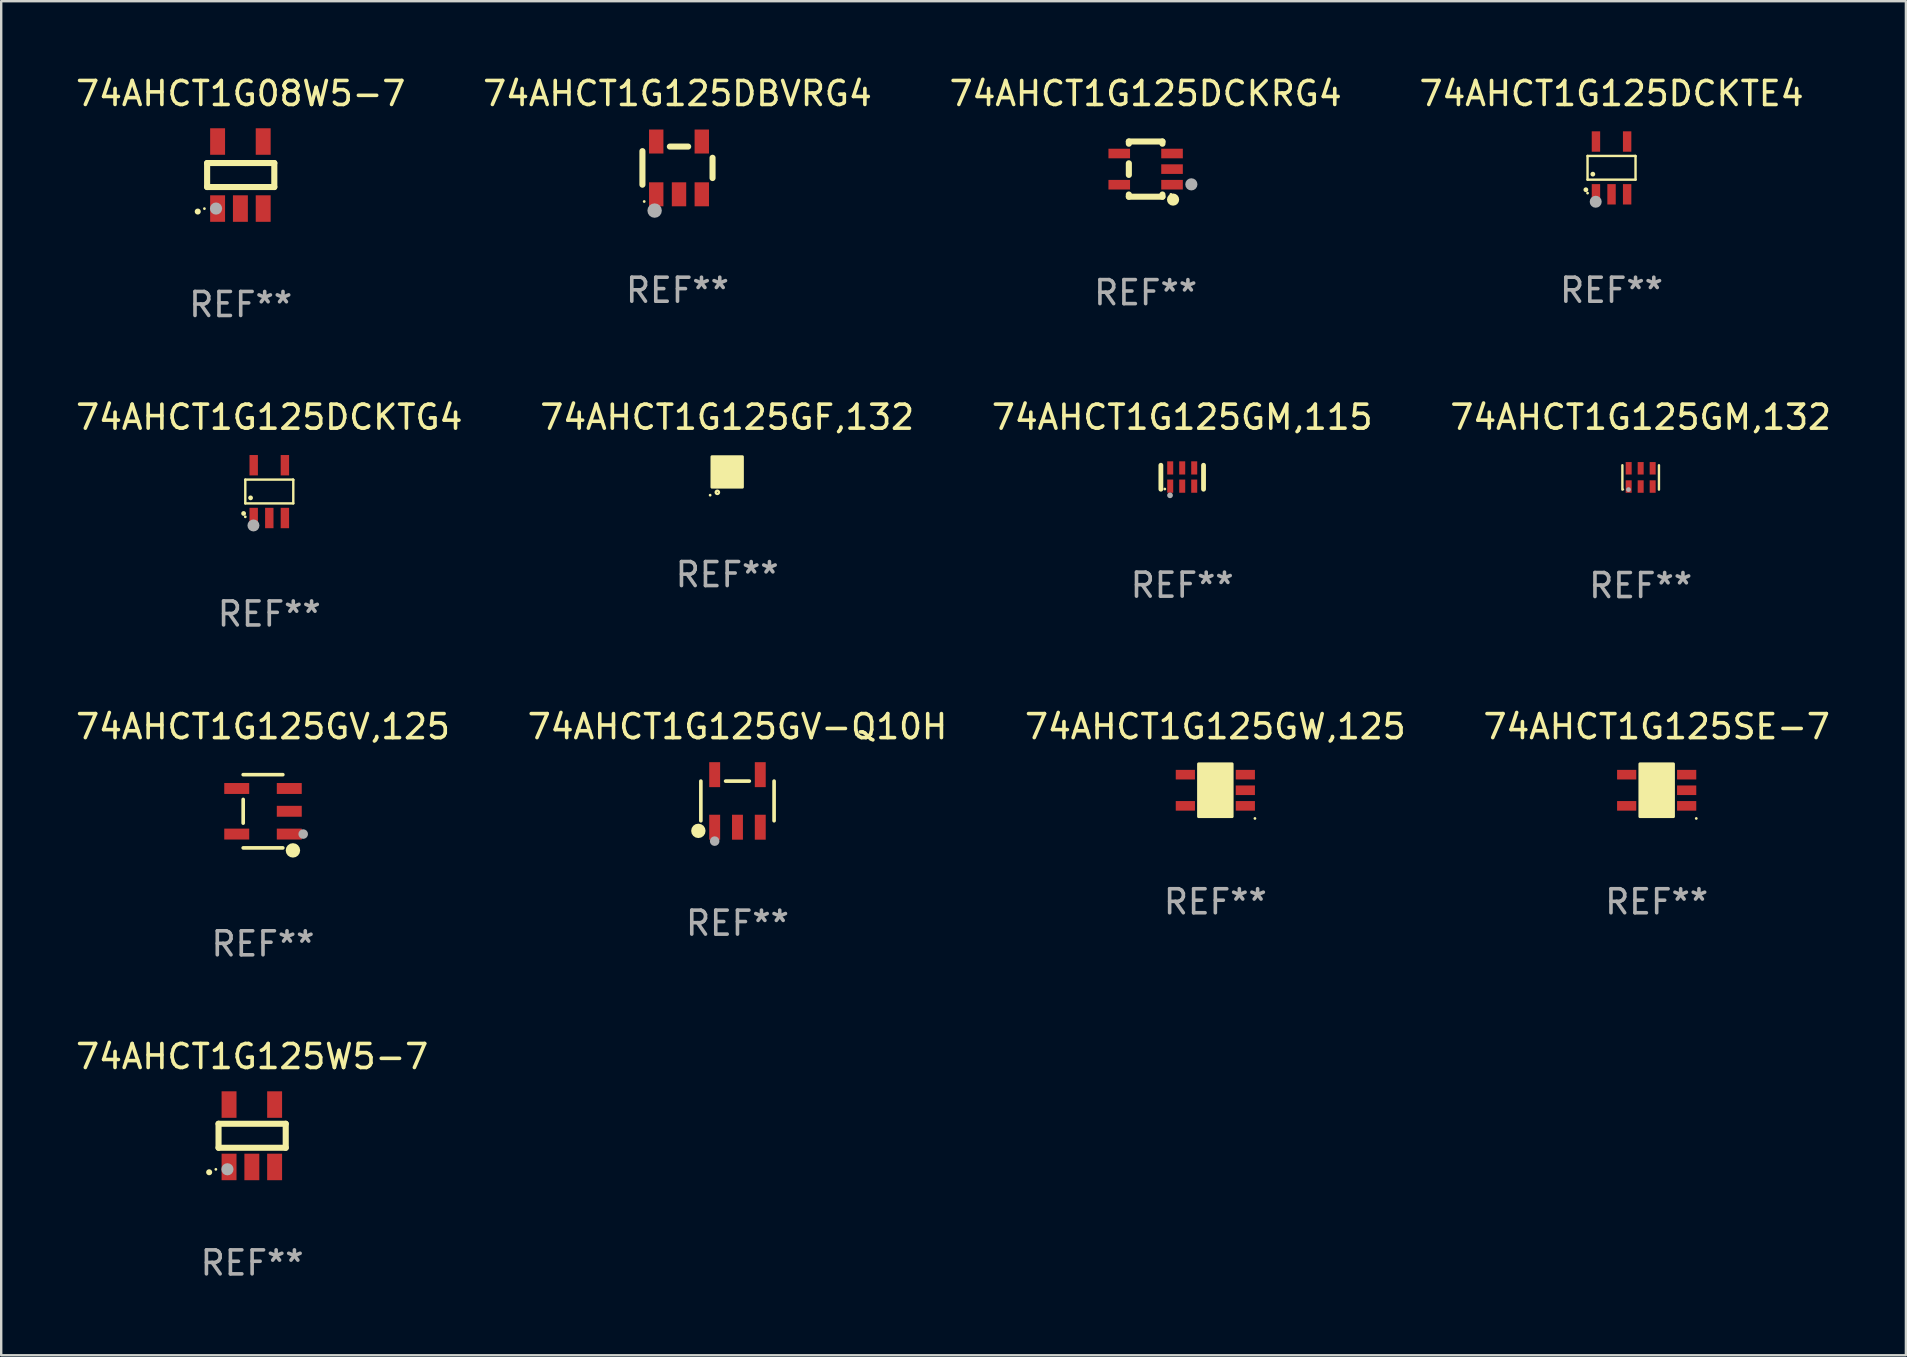
<source format=kicad_pcb>
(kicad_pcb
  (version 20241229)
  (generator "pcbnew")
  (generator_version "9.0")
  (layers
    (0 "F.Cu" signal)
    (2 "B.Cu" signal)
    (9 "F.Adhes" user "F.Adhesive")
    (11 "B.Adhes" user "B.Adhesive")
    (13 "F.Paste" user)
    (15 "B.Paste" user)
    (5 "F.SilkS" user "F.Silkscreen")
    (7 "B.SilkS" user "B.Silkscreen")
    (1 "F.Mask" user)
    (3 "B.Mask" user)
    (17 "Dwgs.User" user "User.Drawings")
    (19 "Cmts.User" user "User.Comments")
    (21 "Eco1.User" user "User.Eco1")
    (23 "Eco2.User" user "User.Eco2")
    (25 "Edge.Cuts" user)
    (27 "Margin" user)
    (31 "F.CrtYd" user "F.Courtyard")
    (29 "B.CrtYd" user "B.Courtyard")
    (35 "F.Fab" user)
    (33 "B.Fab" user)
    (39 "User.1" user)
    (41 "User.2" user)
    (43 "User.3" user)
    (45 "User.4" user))
  (footprint "74AHCT1G125W5-7"
    (layer "F.Cu")
    (at 7.458 44.284)
    (property "Reference" "74AHCT1G125W5-7" (at 0 -3.3 0) (layer "F.SilkS") (effects (font (size 1 1) (thickness 0.15))))
    (attr through_hole)
    (fp_line (start -1.4 -0.5) (end 1.4 -0.5) (stroke (width 0.254) (type solid)) (layer "F.SilkS"))
    (fp_line (start -1.4 0.5) (end -1.4 -0.5) (stroke (width 0.254) (type solid)) (layer "F.SilkS"))
    (fp_line (start 1.4 -0.5) (end 1.4 0.5) (stroke (width 0.254) (type solid)) (layer "F.SilkS"))
    (fp_line (start 1.4 0.5) (end -1.4 0.5) (stroke (width 0.254) (type solid)) (layer "F.SilkS"))
    (fp_arc (start -1.791948 1.521463) (mid -1.790678 1.521457) (end -1.789408 1.521463) (stroke (width 0.24892) (type solid)) (layer "F.SilkS"))
    (fp_circle (center -1.512 1.4) (end -1.482 1.4) (stroke (width 0.06) (type solid)) (fill no) (layer "F.SilkS"))
    (fp_circle (center -1.029 1.397) (end -0.902 1.397) (stroke (width 0.254) (type solid)) (fill no) (layer "F.Fab"))
    (fp_text user "REF**" (at 0 5.3 0) (layer "F.Fab") (effects (font (size 1 1) (thickness 0.15))))
    (pad "1" smd rect (at -0.962 1.3) (size 0.622 1.105) (layers "F.Cu" "F.Mask" "F.Paste"))
    (pad "2" smd rect (at -0.012 1.3) (size 0.622 1.105) (layers "F.Cu" "F.Mask" "F.Paste"))
    (pad "3" smd rect (at 0.937 1.3) (size 0.622 1.105) (layers "F.Cu" "F.Mask" "F.Paste"))
    (pad "4" smd rect (at 0.937 -1.3) (size 0.622 1.105) (layers "F.Cu" "F.Mask" "F.Paste"))
    (pad "5" smd rect (at -0.962 -1.3) (size 0.622 1.105) (layers "F.Cu" "F.Mask" "F.Paste")))
  (footprint "74AHCT1G125GF,132"
    (layer "F.Cu")
    (at 27.256 16.619)
    (property "Reference" "74AHCT1G125GF,132" (at 0 -2.28 0) (layer "F.SilkS") (effects (font (size 1 1) (thickness 0.15))))
    (attr through_hole)
    (fp_circle (center -0.71 0.968) (end -0.68 0.968) (stroke (width 0.06) (type solid)) (fill no) (layer "F.SilkS"))
    (fp_circle (center -0.41 0.85) (end -0.342 0.85) (stroke (width 0.1) (type solid)) (fill no) (layer "F.SilkS"))
    (fp_poly (pts (xy -0.635 -0.635) (xy 0.635 -0.635) (xy 0.635 0.635) (xy -0.635 0.635)) (stroke (width 0.12) (type solid)) (fill yes) (layer "F.SilkS"))
    (fp_text user "REF**" (at 0 4.28 0) (layer "F.Fab") (effects (font (size 1 1) (thickness 0.15))))
    (pad "1" smd rect (at -0.35 0.28 90) (size 0.4 0.2) (layers "F.Cu" "F.Mask" "F.Paste"))
    (pad "2" smd rect (at 0 0.28 90) (size 0.4 0.2) (layers "F.Cu" "F.Mask" "F.Paste"))
    (pad "3" smd rect (at 0.35 0.28 90) (size 0.4 0.2) (layers "F.Cu" "F.Mask" "F.Paste"))
    (pad "4" smd rect (at 0.35 -0.28 90) (size 0.4 0.2) (layers "F.Cu" "F.Mask" "F.Paste"))
    (pad "5" smd rect (at 0 -0.28 90) (size 0.4 0.2) (layers "F.Cu" "F.Mask" "F.Paste"))
    (pad "6" smd rect (at -0.35 -0.28 90) (size 0.4 0.2) (layers "F.Cu" "F.Mask" "F.Paste")))
  (footprint "74AHCT1G125DCKTG4"
    (layer "F.Cu")
    (at 8.173 17.439)
    (property "Reference" "74AHCT1G125DCKTG4" (at 0 -3.1 0) (layer "F.SilkS") (effects (font (size 1 1) (thickness 0.15))))
    (attr through_hole)
    (fp_line (start -1 -0.5) (end -1 0.49) (stroke (width 0.1) (type solid)) (layer "F.SilkS"))
    (fp_line (start -1 0.49) (end 1 0.49) (stroke (width 0.1) (type solid)) (layer "F.SilkS"))
    (fp_line (start 0.99 -0.5) (end -1 -0.5) (stroke (width 0.1) (type solid)) (layer "F.SilkS"))
    (fp_line (start 1 -0.49) (end 0.99 -0.5) (stroke (width 0.1) (type solid)) (layer "F.SilkS"))
    (fp_line (start 1 0.49) (end 1 -0.49) (stroke (width 0.1) (type solid)) (layer "F.SilkS"))
    (fp_circle (center -1.07 0.91) (end -1.02 0.91) (stroke (width 0.1) (type solid)) (fill no) (layer "F.SilkS"))
    (fp_circle (center -1 1.05) (end -0.97 1.05) (stroke (width 0.06) (type solid)) (fill no) (layer "F.SilkS"))
    (fp_circle (center -0.78 0.26) (end -0.73 0.26) (stroke (width 0.1) (type solid)) (fill no) (layer "F.SilkS"))
    (fp_circle (center -0.66 1.41) (end -0.535 1.41) (stroke (width 0.25) (type solid)) (fill no) (layer "F.Fab"))
    (fp_text user "REF**" (at 0 5.1 0) (layer "F.Fab") (effects (font (size 1 1) (thickness 0.15))))
    (pad "1" smd rect (at -0.65 1.1) (size 0.35 0.85) (layers "F.Cu" "F.Mask" "F.Paste"))
    (pad "2" smd rect (at 0.000051 1.1) (size 0.35 0.85) (layers "F.Cu" "F.Mask" "F.Paste"))
    (pad "3" smd rect (at 0.65 1.1) (size 0.35 0.85) (layers "F.Cu" "F.Mask" "F.Paste"))
    (pad "4" smd rect (at 0.65 -1.1) (size 0.35 0.85) (layers "F.Cu" "F.Mask" "F.Paste"))
    (pad "5" smd rect (at -0.65 -1.1) (size 0.35 0.85) (layers "F.Cu" "F.Mask" "F.Paste")))
  (footprint "74AHCT1G08W5-7"
    (layer "F.Cu")
    (at 6.982 4.245)
    (property "Reference" "74AHCT1G08W5-7" (at 0 -3.397 0) (layer "F.SilkS") (effects (font (size 1 1) (thickness 0.15))))
    (attr through_hole)
    (fp_line (start -1.4 -0.5) (end 1.4 -0.5) (stroke (width 0.254) (type solid)) (layer "F.SilkS"))
    (fp_line (start -1.4 0.5) (end -1.4 -0.5) (stroke (width 0.254) (type solid)) (layer "F.SilkS"))
    (fp_line (start 1.4 -0.5) (end 1.4 0.5) (stroke (width 0.254) (type solid)) (layer "F.SilkS"))
    (fp_line (start 1.4 0.5) (end -1.4 0.5) (stroke (width 0.254) (type solid)) (layer "F.SilkS"))
    (fp_arc (start -1.791948 1.521463) (mid -1.790678 1.521457) (end -1.789408 1.521463) (stroke (width 0.24892) (type solid)) (layer "F.SilkS"))
    (fp_circle (center -1.513 1.4) (end -1.483 1.4) (stroke (width 0.06) (type solid)) (fill no) (layer "F.SilkS"))
    (fp_circle (center -1.029 1.397) (end -0.902 1.397) (stroke (width 0.254) (type solid)) (fill no) (layer "F.Fab"))
    (fp_text user "REF**" (at 0 5.397 0) (layer "F.Fab") (effects (font (size 1 1) (thickness 0.15))))
    (pad "1" smd rect (at -0.963 1.397) (size 0.622 1.105) (layers "F.Cu" "F.Mask" "F.Paste"))
    (pad "2" smd rect (at -0.013 1.397) (size 0.622 1.105) (layers "F.Cu" "F.Mask" "F.Paste"))
    (pad "3" smd rect (at 0.937 1.397) (size 0.622 1.105) (layers "F.Cu" "F.Mask" "F.Paste"))
    (pad "4" smd rect (at 0.937 -1.397) (size 0.622 1.105) (layers "F.Cu" "F.Mask" "F.Paste"))
    (pad "5" smd rect (at -0.963 -1.397) (size 0.622 1.105) (layers "F.Cu" "F.Mask" "F.Paste")))
  (footprint "74AHCT1G125GM,132"
    (layer "F.Cu")
    (at 65.327 16.847)
    (property "Reference" "74AHCT1G125GM,132" (at 0 -2.508 0) (layer "F.SilkS") (effects (font (size 1 1) (thickness 0.15))))
    (attr through_hole)
    (fp_line (start -0.762 -0.508) (end -0.762 0.508) (stroke (width 0.1) (type solid)) (layer "F.SilkS"))
    (fp_line (start 0.762 -0.508) (end 0.762 0.508) (stroke (width 0.1) (type solid)) (layer "F.SilkS"))
    (fp_circle (center -0.725 0.5) (end -0.705 0.5) (stroke (width 0.04) (type solid)) (fill no) (layer "F.SilkS"))
    (fp_circle (center -0.508 0.508) (end -0.458 0.508) (stroke (width 0.1) (type solid)) (fill no) (layer "F.Fab"))
    (fp_text user "REF**" (at 0 4.508 0) (layer "F.Fab") (effects (font (size 1 1) (thickness 0.15))))
    (pad "1" smd rect (at -0.5 0.38) (size 0.25 0.52) (layers "F.Cu" "F.Mask" "F.Paste"))
    (pad "2" smd rect (at -0.000127 0.38) (size 0.25 0.52) (layers "F.Cu" "F.Mask" "F.Paste"))
    (pad "3" smd rect (at 0.5 0.38) (size 0.25 0.52) (layers "F.Cu" "F.Mask" "F.Paste"))
    (pad "4" smd rect (at 0.5 -0.38 180) (size 0.25 0.52) (layers "F.Cu" "F.Mask" "F.Paste"))
    (pad "5" smd rect (at -0.000127 -0.38 180) (size 0.25 0.52) (layers "F.Cu" "F.Mask" "F.Paste"))
    (pad "6" smd rect (at -0.5 -0.38 180) (size 0.25 0.52) (layers "F.Cu" "F.Mask" "F.Paste")))
  (footprint "74AHCT1G125DCKTE4"
    (layer "F.Cu")
    (at 64.113 3.948)
    (property "Reference" "74AHCT1G125DCKTE4" (at 0 -3.1 0) (layer "F.SilkS") (effects (font (size 1 1) (thickness 0.15))))
    (attr through_hole)
    (fp_line (start -1 -0.5) (end -1 0.49) (stroke (width 0.1) (type solid)) (layer "F.SilkS"))
    (fp_line (start -1 0.49) (end 1 0.49) (stroke (width 0.1) (type solid)) (layer "F.SilkS"))
    (fp_line (start 0.99 -0.5) (end -1 -0.5) (stroke (width 0.1) (type solid)) (layer "F.SilkS"))
    (fp_line (start 1 -0.49) (end 0.99 -0.5) (stroke (width 0.1) (type solid)) (layer "F.SilkS"))
    (fp_line (start 1 0.49) (end 1 -0.49) (stroke (width 0.1) (type solid)) (layer "F.SilkS"))
    (fp_circle (center -1.07 0.91) (end -1.02 0.91) (stroke (width 0.1) (type solid)) (fill no) (layer "F.SilkS"))
    (fp_circle (center -1 1.05) (end -0.97 1.05) (stroke (width 0.06) (type solid)) (fill no) (layer "F.SilkS"))
    (fp_circle (center -0.78 0.26) (end -0.73 0.26) (stroke (width 0.1) (type solid)) (fill no) (layer "F.SilkS"))
    (fp_circle (center -0.66 1.41) (end -0.535 1.41) (stroke (width 0.25) (type solid)) (fill no) (layer "F.Fab"))
    (fp_text user "REF**" (at 0 5.1 0) (layer "F.Fab") (effects (font (size 1 1) (thickness 0.15))))
    (pad "1" smd rect (at -0.65 1.1) (size 0.35 0.85) (layers "F.Cu" "F.Mask" "F.Paste"))
    (pad "2" smd rect (at 0.000051 1.1) (size 0.35 0.85) (layers "F.Cu" "F.Mask" "F.Paste"))
    (pad "3" smd rect (at 0.65 1.1) (size 0.35 0.85) (layers "F.Cu" "F.Mask" "F.Paste"))
    (pad "4" smd rect (at 0.65 -1.1) (size 0.35 0.85) (layers "F.Cu" "F.Mask" "F.Paste"))
    (pad "5" smd rect (at -0.65 -1.1) (size 0.35 0.85) (layers "F.Cu" "F.Mask" "F.Paste")))
  (footprint "74AHCT1G125GV-Q10H"
    (layer "F.Cu")
    (at 27.685 30.33)
    (property "Reference" "74AHCT1G125GV-Q10H" (at 0 -3.095 0) (layer "F.SilkS") (effects (font (size 1 1) (thickness 0.15))))
    (attr through_hole)
    (fp_line (start -1.526 0.826) (end -1.526 -0.826) (stroke (width 0.152) (type solid)) (layer "F.SilkS"))
    (fp_line (start 0.494 -0.826) (end -0.494 -0.826) (stroke (width 0.152) (type solid)) (layer "F.SilkS"))
    (fp_line (start 1.526 0.826) (end 1.526 -0.826) (stroke (width 0.152) (type solid)) (layer "F.SilkS"))
    (fp_circle (center -1.63 1.247) (end -1.48 1.247) (stroke (width 0.3) (type solid)) (fill no) (layer "F.SilkS"))
    (fp_circle (center -1.45 1.375) (end -1.42 1.375) (stroke (width 0.06) (type solid)) (fill no) (layer "F.SilkS"))
    (fp_circle (center -0.95 1.675) (end -0.85 1.675) (stroke (width 0.2) (type solid)) (fill no) (layer "F.Fab"))
    (fp_text user "REF**" (at 0 5.095 0) (layer "F.Fab") (effects (font (size 1 1) (thickness 0.15))))
    (pad "1" smd rect (at -0.95 1.095) (size 0.455 1.04) (layers "F.Cu" "F.Mask" "F.Paste"))
    (pad "2" smd rect (at 0 1.095) (size 0.455 1.04) (layers "F.Cu" "F.Mask" "F.Paste"))
    (pad "3" smd rect (at 0.95 1.095) (size 0.455 1.04) (layers "F.Cu" "F.Mask" "F.Paste"))
    (pad "4" smd rect (at 0.95 -1.095) (size 0.455 1.04) (layers "F.Cu" "F.Mask" "F.Paste"))
    (pad "5" smd rect (at -0.95 -1.095) (size 0.455 1.04) (layers "F.Cu" "F.Mask" "F.Paste")))
  (footprint "74AHCT1G125SE-7"
    (layer "F.Cu")
    (at 65.994 29.885)
    (property "Reference" "74AHCT1G125SE-7" (at 0 -2.65 0) (layer "F.SilkS") (effects (font (size 1 1) (thickness 0.15))))
    (attr through_hole)
    (fp_arc (start 0.381001 0.637541) (mid 0.380995 0.636271) (end 0.381001 0.635001) (stroke (width 0.24892) (type solid)) (layer "F.SilkS"))
    (fp_circle (center 1.65 1.175) (end 1.68 1.175) (stroke (width 0.06) (type solid)) (fill no) (layer "F.SilkS"))
    (fp_poly (pts (xy -0.7 -1.1) (xy 0.7 -1.1) (xy 0.7 1.1) (xy -0.7 1.1)) (stroke (width 0.12) (type solid)) (fill yes) (layer "F.SilkS"))
    (fp_text user "REF**" (at 0 4.65 0) (layer "F.Fab") (effects (font (size 1 1) (thickness 0.15))))
    (pad "1" smd rect (at 1.25 0.65 270) (size 0.4 0.8) (layers "F.Cu" "F.Mask" "F.Paste"))
    (pad "2" smd rect (at 1.25 0 270) (size 0.4 0.8) (layers "F.Cu" "F.Mask" "F.Paste"))
    (pad "3" smd rect (at 1.25 -0.65 270) (size 0.4 0.8) (layers "F.Cu" "F.Mask" "F.Paste"))
    (pad "4" smd rect (at -1.25 -0.65 270) (size 0.4 0.8) (layers "F.Cu" "F.Mask" "F.Paste"))
    (pad "5" smd rect (at -1.25 0.65 270) (size 0.4 0.8) (layers "F.Cu" "F.Mask" "F.Paste")))
  (footprint "74AHCT1G125GV,125"
    (layer "F.Cu")
    (at 7.911 30.761)
    (property "Reference" "74AHCT1G125GV,125" (at 0 -3.526 0) (layer "F.SilkS") (effects (font (size 1 1) (thickness 0.15))))
    (attr through_hole)
    (fp_line (start -0.826 -0.494) (end -0.826 0.494) (stroke (width 0.152) (type solid)) (layer "F.SilkS"))
    (fp_line (start 0.826 -1.526) (end -0.826 -1.526) (stroke (width 0.152) (type solid)) (layer "F.SilkS"))
    (fp_line (start 0.826 1.526) (end -0.826 1.526) (stroke (width 0.152) (type solid)) (layer "F.SilkS"))
    (fp_circle (center 1.247 1.63) (end 1.398 1.63) (stroke (width 0.3) (type solid)) (fill no) (layer "F.SilkS"))
    (fp_circle (center 1.375 1.45) (end 1.405 1.45) (stroke (width 0.06) (type solid)) (fill no) (layer "F.SilkS"))
    (fp_circle (center 1.675 0.95) (end 1.775 0.95) (stroke (width 0.2) (type solid)) (fill no) (layer "F.Fab"))
    (fp_text user "REF**" (at 0 5.526 0) (layer "F.Fab") (effects (font (size 1 1) (thickness 0.15))))
    (pad "1" smd rect (at 1.095 0.95 270) (size 0.455 1.04) (layers "F.Cu" "F.Mask" "F.Paste"))
    (pad "2" smd rect (at 1.095 0 270) (size 0.455 1.04) (layers "F.Cu" "F.Mask" "F.Paste"))
    (pad "3" smd rect (at 1.095 -0.95 270) (size 0.455 1.04) (layers "F.Cu" "F.Mask" "F.Paste"))
    (pad "4" smd rect (at -1.095 -0.95 270) (size 0.455 1.04) (layers "F.Cu" "F.Mask" "F.Paste"))
    (pad "5" smd rect (at -1.095 0.95 270) (size 0.455 1.04) (layers "F.Cu" "F.Mask" "F.Paste")))
  (footprint "74AHCT1G125DCKRG4"
    (layer "F.Cu")
    (at 44.696 3.998)
    (property "Reference" "74AHCT1G125DCKRG4" (at 0 -3.15 0) (layer "F.SilkS") (effects (font (size 1 1) (thickness 0.15))))
    (attr through_hole)
    (fp_line (start -0.7 -1.15) (end 0.7 -1.15) (stroke (width 0.254) (type solid)) (layer "F.SilkS"))
    (fp_line (start -0.7 -1.058) (end -0.7 -1.15) (stroke (width 0.254) (type solid)) (layer "F.SilkS"))
    (fp_line (start -0.7 0.242) (end -0.7 -0.242) (stroke (width 0.254) (type solid)) (layer "F.SilkS"))
    (fp_line (start -0.7 1.15) (end -0.7 1.058) (stroke (width 0.254) (type solid)) (layer "F.SilkS"))
    (fp_line (start -0.7 1.15) (end 0.7 1.15) (stroke (width 0.254) (type solid)) (layer "F.SilkS"))
    (fp_line (start 0.7 -1.058) (end 0.7 -1.15) (stroke (width 0.254) (type solid)) (layer "F.SilkS"))
    (fp_line (start 0.7 1.15) (end 0.7 1.058) (stroke (width 0.254) (type solid)) (layer "F.SilkS"))
    (fp_circle (center 1.053 1.052) (end 1.083 1.052) (stroke (width 0.06) (type solid)) (fill no) (layer "F.SilkS"))
    (fp_circle (center 1.143 1.27) (end 1.27 1.27) (stroke (width 0.254) (type solid)) (fill no) (layer "F.SilkS"))
    (fp_circle (center 1.905 0.635) (end 2.032 0.635) (stroke (width 0.254) (type solid)) (fill no) (layer "F.Fab"))
    (fp_text user "REF**" (at 0 5.15 0) (layer "F.Fab") (effects (font (size 1 1) (thickness 0.15))))
    (pad "1" smd rect (at 1.1 0.65 90) (size 0.4 0.9) (layers "F.Cu" "F.Mask" "F.Paste"))
    (pad "2" smd rect (at 1.1 0.000076 90) (size 0.4 0.9) (layers "F.Cu" "F.Mask" "F.Paste"))
    (pad "3" smd rect (at 1.1 -0.65 90) (size 0.4 0.9) (layers "F.Cu" "F.Mask" "F.Paste"))
    (pad "4" smd rect (at -1.1 -0.65 90) (size 0.4 0.9) (layers "F.Cu" "F.Mask" "F.Paste"))
    (pad "5" smd rect (at -1.1 0.65 90) (size 0.4 0.9) (layers "F.Cu" "F.Mask" "F.Paste")))
  (footprint "74AHCT1G125GW,125"
    (layer "F.Cu")
    (at 47.601 29.885)
    (property "Reference" "74AHCT1G125GW,125" (at 0 -2.65 0) (layer "F.SilkS") (effects (font (size 1 1) (thickness 0.15))))
    (attr through_hole)
    (fp_arc (start 0.381001 0.637541) (mid 0.380995 0.636271) (end 0.381001 0.635001) (stroke (width 0.24892) (type solid)) (layer "F.SilkS"))
    (fp_circle (center 1.65 1.175) (end 1.68 1.175) (stroke (width 0.06) (type solid)) (fill no) (layer "F.SilkS"))
    (fp_poly (pts (xy -0.7 -1.1) (xy 0.7 -1.1) (xy 0.7 1.1) (xy -0.7 1.1)) (stroke (width 0.12) (type solid)) (fill yes) (layer "F.SilkS"))
    (fp_text user "REF**" (at 0 4.65 0) (layer "F.Fab") (effects (font (size 1 1) (thickness 0.15))))
    (pad "1" smd rect (at 1.25 0.65 270) (size 0.4 0.8) (layers "F.Cu" "F.Mask" "F.Paste"))
    (pad "2" smd rect (at 1.25 0 270) (size 0.4 0.8) (layers "F.Cu" "F.Mask" "F.Paste"))
    (pad "3" smd rect (at 1.25 -0.65 270) (size 0.4 0.8) (layers "F.Cu" "F.Mask" "F.Paste"))
    (pad "4" smd rect (at -1.25 -0.65 270) (size 0.4 0.8) (layers "F.Cu" "F.Mask" "F.Paste"))
    (pad "5" smd rect (at -1.25 0.65 270) (size 0.4 0.8) (layers "F.Cu" "F.Mask" "F.Paste")))
  (footprint "74AHCT1G125DBVRG4"
    (layer "F.Cu")
    (at 25.185 3.948)
    (property "Reference" "74AHCT1G125DBVRG4" (at 0 -3.1 0) (layer "F.SilkS") (effects (font (size 1 1) (thickness 0.15))))
    (attr through_hole)
    (fp_line (start -1.461 -0.699) (end -1.461 0.699) (stroke (width 0.254) (type solid)) (layer "F.SilkS"))
    (fp_line (start -0.318 -0.889) (end 0.445 -0.889) (stroke (width 0.254) (type solid)) (layer "F.SilkS"))
    (fp_line (start 1.461 -0.422) (end 1.461 0.422) (stroke (width 0.254) (type solid)) (layer "F.SilkS"))
    (fp_circle (center -1.387 1.4) (end -1.357 1.4) (stroke (width 0.06) (type solid)) (fill no) (layer "F.SilkS"))
    (fp_circle (center -0.953 1.778) (end -0.802 1.778) (stroke (width 0.3) (type solid)) (fill no) (layer "F.Fab"))
    (fp_text user "REF**" (at 0 5.1 0) (layer "F.Fab") (effects (font (size 1 1) (thickness 0.15))))
    (pad "1" smd rect (at -0.886 1.1) (size 0.6 1) (layers "F.Cu" "F.Mask" "F.Paste"))
    (pad "2" smd rect (at 0.064 1.1) (size 0.6 1) (layers "F.Cu" "F.Mask" "F.Paste"))
    (pad "3" smd rect (at 1.013 1.1) (size 0.6 1) (layers "F.Cu" "F.Mask" "F.Paste"))
    (pad "4" smd rect (at 1.013 -1.1) (size 0.6 1) (layers "F.Cu" "F.Mask" "F.Paste"))
    (pad "5" smd rect (at -0.886 -1.1) (size 0.6 1) (layers "F.Cu" "F.Mask" "F.Paste")))
  (footprint "74AHCT1G125GM,115"
    (layer "F.Cu")
    (at 46.22 16.839)
    (property "Reference" "74AHCT1G125GM,115" (at 0 -2.5 0) (layer "F.SilkS") (effects (font (size 1 1) (thickness 0.15))))
    (attr through_hole)
    (fp_line (start -0.889 0.5) (end -0.889 -0.5) (stroke (width 0.2) (type solid)) (layer "F.SilkS"))
    (fp_line (start 0.889 0.5) (end 0.889 -0.5) (stroke (width 0.2) (type solid)) (layer "F.SilkS"))
    (fp_circle (center -0.725 0.492) (end -0.695 0.492) (stroke (width 0.06) (type solid)) (fill no) (layer "F.SilkS"))
    (fp_circle (center -0.508 0.754) (end -0.448 0.754) (stroke (width 0.12) (type solid)) (fill no) (layer "F.Fab"))
    (fp_text user "REF**" (at 0 4.5 0) (layer "F.Fab") (effects (font (size 1 1) (thickness 0.15))))
    (pad "1" smd rect (at -0.5 0.372) (size 0.25 0.55) (layers "F.Cu" "F.Mask" "F.Paste"))
    (pad "2" smd rect (at -0.000127 0.372) (size 0.25 0.55) (layers "F.Cu" "F.Mask" "F.Paste"))
    (pad "3" smd rect (at 0.5 0.372) (size 0.25 0.55) (layers "F.Cu" "F.Mask" "F.Paste"))
    (pad "4" smd rect (at 0.5 -0.388 180) (size 0.25 0.55) (layers "F.Cu" "F.Mask" "F.Paste"))
    (pad "5" smd rect (at -0.000127 -0.388 180) (size 0.25 0.55) (layers "F.Cu" "F.Mask" "F.Paste"))
    (pad "6" smd rect (at -0.5 -0.388 180) (size 0.25 0.55) (layers "F.Cu" "F.Mask" "F.Paste")))
  (gr_rect
    (start -3 -3)
    (end 76.381 53.432)
    (stroke (width 0.1) (type default))
    (fill no)
    (layer "Edge.Cuts")))
</source>
